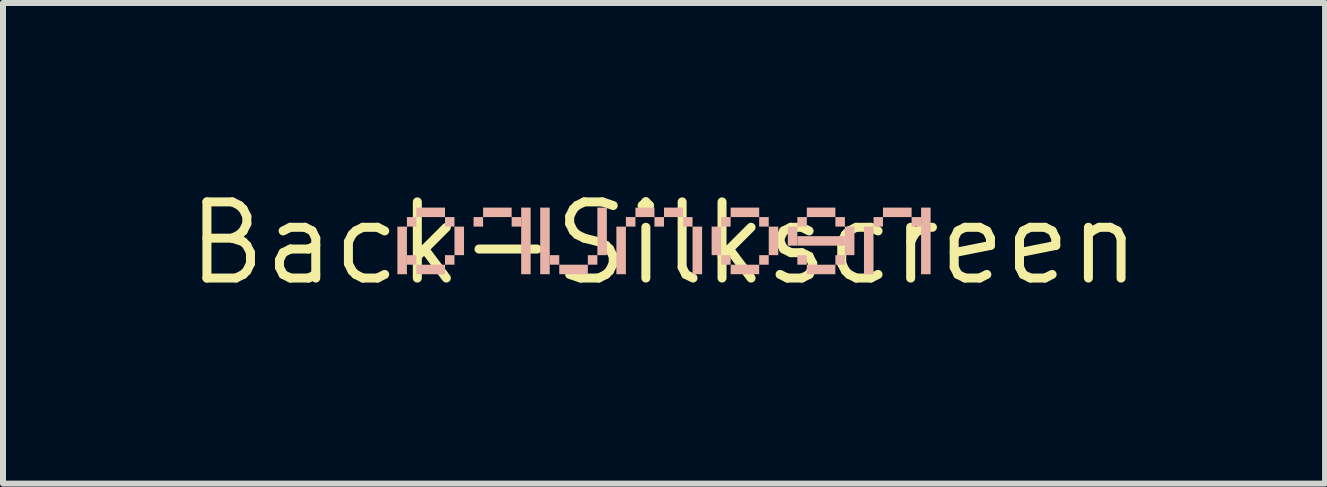
<source format=kicad_pcb>
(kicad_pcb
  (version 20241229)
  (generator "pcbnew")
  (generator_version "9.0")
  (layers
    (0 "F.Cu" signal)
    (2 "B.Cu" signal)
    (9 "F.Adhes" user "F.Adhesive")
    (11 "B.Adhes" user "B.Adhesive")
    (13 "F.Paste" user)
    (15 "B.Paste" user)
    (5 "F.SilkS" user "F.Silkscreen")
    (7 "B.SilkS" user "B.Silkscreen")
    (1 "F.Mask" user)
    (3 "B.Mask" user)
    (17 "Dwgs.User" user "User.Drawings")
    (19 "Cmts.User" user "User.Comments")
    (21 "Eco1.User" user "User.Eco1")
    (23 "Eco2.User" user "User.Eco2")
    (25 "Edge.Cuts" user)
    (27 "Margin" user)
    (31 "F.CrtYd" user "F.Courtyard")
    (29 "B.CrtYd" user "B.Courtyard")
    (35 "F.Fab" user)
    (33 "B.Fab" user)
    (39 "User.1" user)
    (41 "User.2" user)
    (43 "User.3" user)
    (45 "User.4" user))
  (footprint "Back-Silkscreen"
    (layer "F.Cu")
    (at 8.02 1.006)
    (property "Reference" "Back-Silkscreen" (at 0 0 0) (layer "F.SilkS") (effects (font (size 1.27 1.27) (thickness 0.15))))
    (attr through_hole)
    (fp_poly (pts (xy -4.445 0.516) (xy -4.286 0.516) (xy -4.286 -0.278) (xy -4.445 -0.278)) (stroke (width 0) (type solid)) (fill yes) (layer "B.SilkS"))
    (fp_poly (pts (xy -4.286 -0.278) (xy -4.128 -0.278) (xy -4.128 -0.437) (xy -4.286 -0.437)) (stroke (width 0) (type solid)) (fill yes) (layer "B.SilkS"))
    (fp_poly (pts (xy -4.286 0.357) (xy -4.128 0.357) (xy -4.128 0.198) (xy -4.286 0.198)) (stroke (width 0) (type solid)) (fill yes) (layer "B.SilkS"))
    (fp_poly (pts (xy -4.128 -0.437) (xy -3.651 -0.437) (xy -3.651 -0.595) (xy -4.128 -0.595)) (stroke (width 0) (type solid)) (fill yes) (layer "B.SilkS"))
    (fp_poly (pts (xy -4.128 0.516) (xy -3.651 0.516) (xy -3.651 0.357) (xy -4.128 0.357)) (stroke (width 0) (type solid)) (fill yes) (layer "B.SilkS"))
    (fp_poly (pts (xy -3.651 -0.278) (xy -3.493 -0.278) (xy -3.493 -0.437) (xy -3.651 -0.437)) (stroke (width 0) (type solid)) (fill yes) (layer "B.SilkS"))
    (fp_poly (pts (xy -3.651 0.357) (xy -3.493 0.357) (xy -3.493 0.198) (xy -3.651 0.198)) (stroke (width 0) (type solid)) (fill yes) (layer "B.SilkS"))
    (fp_poly (pts (xy -3.493 0.198) (xy -3.334 0.198) (xy -3.334 -0.278) (xy -3.493 -0.278)) (stroke (width 0) (type solid)) (fill yes) (layer "B.SilkS"))
    (fp_poly (pts (xy -3.175 -0.278) (xy -3.016 -0.278) (xy -3.016 -0.437) (xy -3.175 -0.437)) (stroke (width 0) (type solid)) (fill yes) (layer "B.SilkS"))
    (fp_poly (pts (xy -3.016 -0.437) (xy -2.54 -0.437) (xy -2.54 -0.595) (xy -3.016 -0.595)) (stroke (width 0) (type solid)) (fill yes) (layer "B.SilkS"))
    (fp_poly (pts (xy -2.54 -0.278) (xy -2.381 -0.278) (xy -2.381 -0.437) (xy -2.54 -0.437)) (stroke (width 0) (type solid)) (fill yes) (layer "B.SilkS"))
    (fp_poly (pts (xy -2.381 0.516) (xy -2.223 0.516) (xy -2.223 -0.595) (xy -2.381 -0.595)) (stroke (width 0) (type solid)) (fill yes) (layer "B.SilkS"))
    (fp_poly (pts (xy -2.064 0.516) (xy -1.905 0.516) (xy -1.905 -0.595) (xy -2.064 -0.595)) (stroke (width 0) (type solid)) (fill yes) (layer "B.SilkS"))
    (fp_poly (pts (xy -1.905 0.357) (xy -1.746 0.357) (xy -1.746 0.198) (xy -1.905 0.198)) (stroke (width 0) (type solid)) (fill yes) (layer "B.SilkS"))
    (fp_poly (pts (xy -1.746 0.516) (xy -1.27 0.516) (xy -1.27 0.357) (xy -1.746 0.357)) (stroke (width 0) (type solid)) (fill yes) (layer "B.SilkS"))
    (fp_poly (pts (xy -1.27 0.357) (xy -1.111 0.357) (xy -1.111 0.198) (xy -1.27 0.198)) (stroke (width 0) (type solid)) (fill yes) (layer "B.SilkS"))
    (fp_poly (pts (xy -1.111 0.198) (xy -0.953 0.198) (xy -0.953 -0.595) (xy -1.111 -0.595)) (stroke (width 0) (type solid)) (fill yes) (layer "B.SilkS"))
    (fp_poly (pts (xy -0.794 0.516) (xy -0.635 0.516) (xy -0.635 -0.278) (xy -0.794 -0.278)) (stroke (width 0) (type solid)) (fill yes) (layer "B.SilkS"))
    (fp_poly (pts (xy -0.635 -0.278) (xy -0.476 -0.278) (xy -0.476 -0.437) (xy -0.635 -0.437)) (stroke (width 0) (type solid)) (fill yes) (layer "B.SilkS"))
    (fp_poly (pts (xy -0.476 -0.437) (xy -0.159 -0.437) (xy -0.159 -0.595) (xy -0.476 -0.595)) (stroke (width 0) (type solid)) (fill yes) (layer "B.SilkS"))
    (fp_poly (pts (xy -0.159 -0.278) (xy 0 -0.278) (xy 0 -0.437) (xy -0.159 -0.437)) (stroke (width 0) (type solid)) (fill yes) (layer "B.SilkS"))
    (fp_poly (pts (xy 0 -0.437) (xy 0.318 -0.437) (xy 0.318 -0.595) (xy 0 -0.595)) (stroke (width 0) (type solid)) (fill yes) (layer "B.SilkS"))
    (fp_poly (pts (xy 0.318 -0.278) (xy 0.476 -0.278) (xy 0.476 -0.437) (xy 0.318 -0.437)) (stroke (width 0) (type solid)) (fill yes) (layer "B.SilkS"))
    (fp_poly (pts (xy 0.476 0.516) (xy 0.635 0.516) (xy 0.635 -0.278) (xy 0.476 -0.278)) (stroke (width 0) (type solid)) (fill yes) (layer "B.SilkS"))
    (fp_poly (pts (xy 0.794 0.198) (xy 0.953 0.198) (xy 0.953 -0.278) (xy 0.794 -0.278)) (stroke (width 0) (type solid)) (fill yes) (layer "B.SilkS"))
    (fp_poly (pts (xy 0.953 -0.278) (xy 1.111 -0.278) (xy 1.111 -0.437) (xy 0.953 -0.437)) (stroke (width 0) (type solid)) (fill yes) (layer "B.SilkS"))
    (fp_poly (pts (xy 0.953 0.357) (xy 1.111 0.357) (xy 1.111 0.198) (xy 0.953 0.198)) (stroke (width 0) (type solid)) (fill yes) (layer "B.SilkS"))
    (fp_poly (pts (xy 1.111 -0.437) (xy 1.587 -0.437) (xy 1.587 -0.595) (xy 1.111 -0.595)) (stroke (width 0) (type solid)) (fill yes) (layer "B.SilkS"))
    (fp_poly (pts (xy 1.111 0.516) (xy 1.587 0.516) (xy 1.587 0.357) (xy 1.111 0.357)) (stroke (width 0) (type solid)) (fill yes) (layer "B.SilkS"))
    (fp_poly (pts (xy 1.587 -0.278) (xy 1.746 -0.278) (xy 1.746 -0.437) (xy 1.587 -0.437)) (stroke (width 0) (type solid)) (fill yes) (layer "B.SilkS"))
    (fp_poly (pts (xy 1.587 0.357) (xy 1.746 0.357) (xy 1.746 0.198) (xy 1.587 0.198)) (stroke (width 0) (type solid)) (fill yes) (layer "B.SilkS"))
    (fp_poly (pts (xy 1.746 0.198) (xy 1.905 0.198) (xy 1.905 -0.278) (xy 1.746 -0.278)) (stroke (width 0) (type solid)) (fill yes) (layer "B.SilkS"))
    (fp_poly (pts (xy 2.064 0.04) (xy 2.223 0.04) (xy 2.223 -0.278) (xy 2.064 -0.278)) (stroke (width 0) (type solid)) (fill yes) (layer "B.SilkS"))
    (fp_poly (pts (xy 2.223 -0.278) (xy 2.381 -0.278) (xy 2.381 -0.437) (xy 2.223 -0.437)) (stroke (width 0) (type solid)) (fill yes) (layer "B.SilkS"))
    (fp_poly (pts (xy 2.223 0.04) (xy 3.016 0.04) (xy 3.016 -0.119) (xy 2.223 -0.119)) (stroke (width 0) (type solid)) (fill yes) (layer "B.SilkS"))
    (fp_poly (pts (xy 2.223 0.357) (xy 2.381 0.357) (xy 2.381 0.198) (xy 2.223 0.198)) (stroke (width 0) (type solid)) (fill yes) (layer "B.SilkS"))
    (fp_poly (pts (xy 2.381 -0.437) (xy 2.857 -0.437) (xy 2.857 -0.595) (xy 2.381 -0.595)) (stroke (width 0) (type solid)) (fill yes) (layer "B.SilkS"))
    (fp_poly (pts (xy 2.381 0.516) (xy 2.857 0.516) (xy 2.857 0.357) (xy 2.381 0.357)) (stroke (width 0) (type solid)) (fill yes) (layer "B.SilkS"))
    (fp_poly (pts (xy 2.857 -0.278) (xy 3.016 -0.278) (xy 3.016 -0.437) (xy 2.857 -0.437)) (stroke (width 0) (type solid)) (fill yes) (layer "B.SilkS"))
    (fp_poly (pts (xy 2.857 0.357) (xy 3.016 0.357) (xy 3.016 0.198) (xy 2.857 0.198)) (stroke (width 0) (type solid)) (fill yes) (layer "B.SilkS"))
    (fp_poly (pts (xy 3.016 0.198) (xy 3.175 0.198) (xy 3.175 -0.278) (xy 3.016 -0.278)) (stroke (width 0) (type solid)) (fill yes) (layer "B.SilkS"))
    (fp_poly (pts (xy 3.334 0.516) (xy 3.493 0.516) (xy 3.493 -0.278) (xy 3.334 -0.278)) (stroke (width 0) (type solid)) (fill yes) (layer "B.SilkS"))
    (fp_poly (pts (xy 3.493 -0.278) (xy 3.651 -0.278) (xy 3.651 -0.437) (xy 3.493 -0.437)) (stroke (width 0) (type solid)) (fill yes) (layer "B.SilkS"))
    (fp_poly (pts (xy 3.651 -0.437) (xy 4.128 -0.437) (xy 4.128 -0.595) (xy 3.651 -0.595)) (stroke (width 0) (type solid)) (fill yes) (layer "B.SilkS"))
    (fp_poly (pts (xy 4.128 -0.278) (xy 4.286 -0.278) (xy 4.286 -0.437) (xy 4.128 -0.437)) (stroke (width 0) (type solid)) (fill yes) (layer "B.SilkS"))
    (fp_poly (pts (xy 4.286 0.516) (xy 4.445 0.516) (xy 4.445 -0.595) (xy 4.286 -0.595)) (stroke (width 0) (type solid)) (fill yes) (layer "B.SilkS")))
  (gr_rect
    (start -3 -3)
    (end 19.041 5.012)
    (stroke (width 0.1) (type default))
    (fill no)
    (layer "Edge.Cuts")))
</source>
